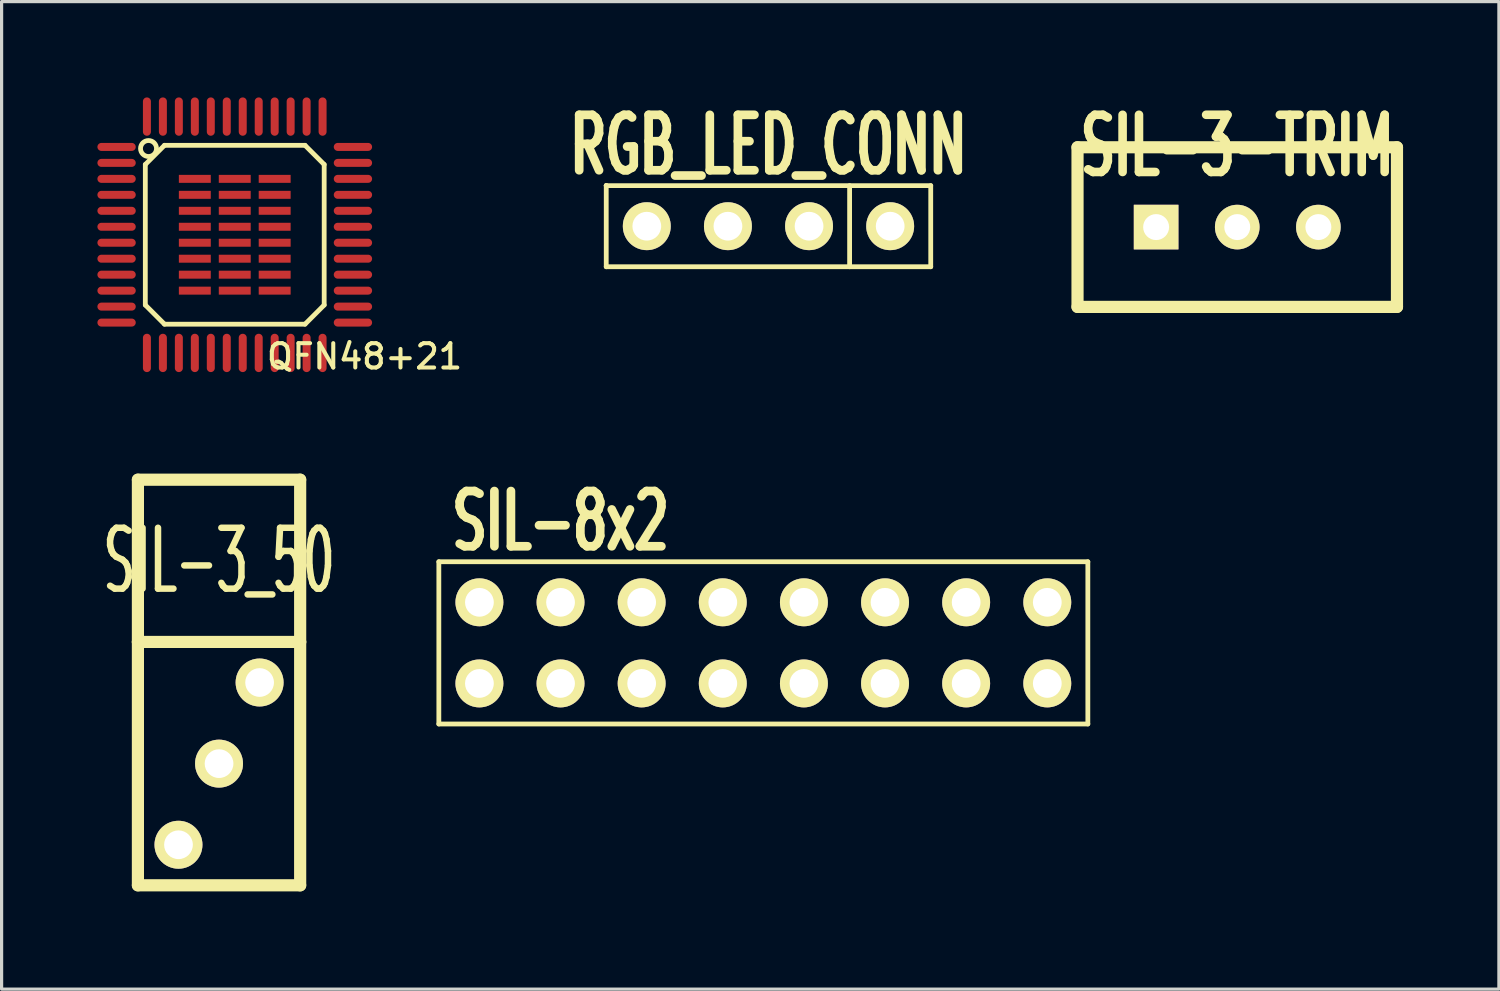
<source format=kicad_pcb>
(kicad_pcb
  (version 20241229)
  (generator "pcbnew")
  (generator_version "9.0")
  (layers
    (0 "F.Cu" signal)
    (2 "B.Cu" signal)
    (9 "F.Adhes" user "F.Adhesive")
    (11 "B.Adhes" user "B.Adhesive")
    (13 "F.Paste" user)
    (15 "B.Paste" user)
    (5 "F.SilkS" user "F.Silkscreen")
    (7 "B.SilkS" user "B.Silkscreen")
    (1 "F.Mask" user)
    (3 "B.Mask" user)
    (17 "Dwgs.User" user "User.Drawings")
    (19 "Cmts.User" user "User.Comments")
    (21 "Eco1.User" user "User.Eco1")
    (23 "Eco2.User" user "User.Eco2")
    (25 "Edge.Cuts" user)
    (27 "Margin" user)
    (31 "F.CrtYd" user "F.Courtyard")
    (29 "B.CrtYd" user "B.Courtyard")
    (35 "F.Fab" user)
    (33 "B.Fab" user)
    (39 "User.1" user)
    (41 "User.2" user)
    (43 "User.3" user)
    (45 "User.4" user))
  (footprint "SIL-3-TRIM"
    (layer "F.Cu")
    (at 35.688 4.06)
    (property "Reference" "SIL-3-TRIM" (at 0 -2.54 0) (layer "F.SilkS") (effects (font (size 1.791 1.077) (thickness 0.269))))
    (attr through_hole)
    (fp_line (start -5.001 -2.499) (end -5.001 2.499) (stroke (width 0.381) (type solid)) (layer "F.SilkS"))
    (fp_line (start -5.001 -2.499) (end 5.001 -2.499) (stroke (width 0.381) (type solid)) (layer "F.SilkS"))
    (fp_line (start -5.001 2.499) (end 5.001 2.499) (stroke (width 0.381) (type solid)) (layer "F.SilkS"))
    (fp_line (start 5.001 -2.499) (end 5.001 2.499) (stroke (width 0.381) (type solid)) (layer "F.SilkS"))
    (pad "1" thru_hole rect (at -2.54 0) (size 1.397 1.397) (drill 0.813) (layers "*.Cu" "*.Mask" "F.SilkS"))
    (pad "2" thru_hole circle (at 0 0) (size 1.397 1.397) (drill 0.813) (layers "*.Cu" "*.Mask" "F.SilkS"))
    (pad "3" thru_hole circle (at 2.54 0) (size 1.397 1.397) (drill 0.813) (layers "*.Cu" "*.Mask" "F.SilkS")))
  (footprint "SIL-8x2"
    (layer "F.Cu")
    (at 20.85 18.348)
    (property "Reference" "SIL-8x2" (at -6.35 -5.08 0) (layer "F.SilkS") (effects (font (size 1.73 1.087) (thickness 0.272))))
    (attr through_hole)
    (fp_line (start -10.16 -3.81) (end -10.16 1.27) (stroke (width 0.15) (type solid)) (layer "F.SilkS"))
    (fp_line (start -10.16 1.27) (end 10.16 1.27) (stroke (width 0.15) (type solid)) (layer "F.SilkS"))
    (fp_line (start 10.16 -3.81) (end -10.16 -3.81) (stroke (width 0.15) (type solid)) (layer "F.SilkS"))
    (fp_line (start 10.16 1.27) (end 10.16 -3.81) (stroke (width 0.15) (type solid)) (layer "F.SilkS"))
    (pad "1" thru_hole circle (at -8.89 0) (size 1.5 1.5) (drill 0.9) (layers "*.Cu" "*.Mask" "F.SilkS"))
    (pad "2" thru_hole circle (at -8.89 -2.54) (size 1.5 1.5) (drill 0.9) (layers "*.Cu" "*.Mask" "F.SilkS"))
    (pad "3" thru_hole circle (at -6.35 0) (size 1.5 1.5) (drill 0.9) (layers "*.Cu" "*.Mask" "F.SilkS"))
    (pad "4" thru_hole circle (at -6.35 -2.54) (size 1.5 1.5) (drill 0.9) (layers "*.Cu" "*.Mask" "F.SilkS"))
    (pad "5" thru_hole circle (at -3.81 0) (size 1.5 1.5) (drill 0.9) (layers "*.Cu" "*.Mask" "F.SilkS"))
    (pad "6" thru_hole circle (at -3.81 -2.54) (size 1.5 1.5) (drill 0.9) (layers "*.Cu" "*.Mask" "F.SilkS"))
    (pad "7" thru_hole circle (at -1.27 0) (size 1.5 1.5) (drill 0.9) (layers "*.Cu" "*.Mask" "F.SilkS"))
    (pad "8" thru_hole circle (at -1.27 -2.54) (size 1.5 1.5) (drill 0.9) (layers "*.Cu" "*.Mask" "F.SilkS"))
    (pad "9" thru_hole circle (at 1.27 0) (size 1.5 1.5) (drill 0.9) (layers "*.Cu" "*.Mask" "F.SilkS"))
    (pad "10" thru_hole circle (at 1.27 -2.54) (size 1.5 1.5) (drill 0.9) (layers "*.Cu" "*.Mask" "F.SilkS"))
    (pad "11" thru_hole circle (at 3.81 0) (size 1.5 1.5) (drill 0.9) (layers "*.Cu" "*.Mask" "F.SilkS"))
    (pad "12" thru_hole circle (at 3.81 -2.54) (size 1.5 1.5) (drill 0.9) (layers "*.Cu" "*.Mask" "F.SilkS"))
    (pad "13" thru_hole circle (at 6.35 0) (size 1.5 1.5) (drill 0.9) (layers "*.Cu" "*.Mask" "F.SilkS"))
    (pad "14" thru_hole circle (at 6.35 -2.54) (size 1.5 1.5) (drill 0.9) (layers "*.Cu" "*.Mask" "F.SilkS"))
    (pad "15" thru_hole circle (at 8.89 0) (size 1.5 1.5) (drill 0.9) (layers "*.Cu" "*.Mask" "F.SilkS"))
    (pad "16" thru_hole circle (at 8.89 -2.54) (size 1.5 1.5) (drill 0.9) (layers "*.Cu" "*.Mask" "F.SilkS")))
  (footprint "SIL-3_50"
    (layer "F.Cu")
    (at 1.268 24.669)
    (property "Reference" "SIL-3_50" (at 2.54 -10.16 0) (layer "F.SilkS") (effects (font (size 1.905 1.016) (thickness 0.203))))
    (attr through_hole)
    (fp_line (start 0 -12.7) (end 0 -7.62) (stroke (width 0.381) (type solid)) (layer "F.SilkS"))
    (fp_line (start 0 -12.7) (end 5.08 -12.7) (stroke (width 0.381) (type solid)) (layer "F.SilkS"))
    (fp_line (start 0 -7.62) (end 0 0) (stroke (width 0.381) (type solid)) (layer "F.SilkS"))
    (fp_line (start 0 -7.62) (end 5.08 -7.62) (stroke (width 0.381) (type solid)) (layer "F.SilkS"))
    (fp_line (start 0 0) (end 5.08 0) (stroke (width 0.381) (type solid)) (layer "F.SilkS"))
    (fp_line (start 5.08 -7.62) (end 5.08 -12.7) (stroke (width 0.381) (type solid)) (layer "F.SilkS"))
    (fp_line (start 5.08 0) (end 5.08 -7.62) (stroke (width 0.381) (type solid)) (layer "F.SilkS"))
    (pad "1" thru_hole circle (at 1.27 -1.27) (size 1.501 1.501) (drill 0.899) (layers "*.Cu" "*.Mask" "F.SilkS"))
    (pad "2" thru_hole circle (at 2.54 -3.81) (size 1.501 1.501) (drill 0.899) (layers "*.Cu" "*.Mask" "F.SilkS"))
    (pad "3" thru_hole circle (at 3.81 -6.35) (size 1.501 1.501) (drill 0.899) (layers "*.Cu" "*.Mask" "F.SilkS")))
  (footprint "QFN48+21"
    (layer "F.Cu")
    (at 4.3 4.3)
    (property "Reference" "QFN48+21" (at 4.064 3.81 0) (layer "F.SilkS") (effects (font (size 0.762 0.762) (thickness 0.127))))
    (attr smd)
    (fp_line (start -2.8 -2.2) (end -2.2 -2.8) (stroke (width 0.15) (type solid)) (layer "F.SilkS"))
    (fp_line (start -2.8 2.2) (end -2.8 -2.2) (stroke (width 0.15) (type solid)) (layer "F.SilkS"))
    (fp_line (start -2.2 -2.8) (end 2.2 -2.8) (stroke (width 0.15) (type solid)) (layer "F.SilkS"))
    (fp_line (start -2.2 2.8) (end -2.8 2.2) (stroke (width 0.15) (type solid)) (layer "F.SilkS"))
    (fp_line (start 2.2 -2.8) (end 2.8 -2.2) (stroke (width 0.15) (type solid)) (layer "F.SilkS"))
    (fp_line (start 2.2 2.8) (end -2.2 2.8) (stroke (width 0.15) (type solid)) (layer "F.SilkS"))
    (fp_line (start 2.8 -2.2) (end 2.8 2.2) (stroke (width 0.15) (type solid)) (layer "F.SilkS"))
    (fp_line (start 2.8 2.2) (end 2.2 2.8) (stroke (width 0.15) (type solid)) (layer "F.SilkS"))
    (fp_circle (center -2.7 -2.7) (end -2.7 -2.45) (stroke (width 0.15) (type solid)) (fill no) (layer "F.SilkS"))
    (pad "1" smd oval (at -3.5 -2.75) (size 1.2 0.25) (drill (offset -0.2 0)) (layers "F.Cu" "F.Mask" "F.Paste"))
    (pad "2" smd oval (at -3.5 -2.25) (size 1.2 0.25) (drill (offset -0.2 0)) (layers "F.Cu" "F.Mask" "F.Paste"))
    (pad "3" smd oval (at -3.5 -1.75) (size 1.2 0.25) (drill (offset -0.2 0)) (layers "F.Cu" "F.Mask" "F.Paste"))
    (pad "4" smd oval (at -3.5 -1.25) (size 1.2 0.25) (drill (offset -0.2 0)) (layers "F.Cu" "F.Mask" "F.Paste"))
    (pad "5" smd oval (at -3.5 -0.75) (size 1.2 0.25) (drill (offset -0.2 0)) (layers "F.Cu" "F.Mask" "F.Paste"))
    (pad "6" smd oval (at -3.5 -0.25) (size 1.2 0.25) (drill (offset -0.2 0)) (layers "F.Cu" "F.Mask" "F.Paste"))
    (pad "7" smd oval (at -3.5 0.25) (size 1.2 0.25) (drill (offset -0.2 0)) (layers "F.Cu" "F.Mask" "F.Paste"))
    (pad "8" smd oval (at -3.5 0.75) (size 1.2 0.25) (drill (offset -0.2 0)) (layers "F.Cu" "F.Mask" "F.Paste"))
    (pad "9" smd oval (at -3.5 1.25) (size 1.2 0.25) (drill (offset -0.2 0)) (layers "F.Cu" "F.Mask" "F.Paste"))
    (pad "10" smd oval (at -3.5 1.75) (size 1.2 0.25) (drill (offset -0.2 0)) (layers "F.Cu" "F.Mask" "F.Paste"))
    (pad "11" smd oval (at -3.5 2.25) (size 1.2 0.25) (drill (offset -0.2 0)) (layers "F.Cu" "F.Mask" "F.Paste"))
    (pad "12" smd oval (at -3.5 2.75) (size 1.2 0.25) (drill (offset -0.2 0)) (layers "F.Cu" "F.Mask" "F.Paste"))
    (pad "13" smd oval (at -2.75 3.5) (size 0.25 1.2) (drill (offset 0 0.2)) (layers "F.Cu" "F.Mask" "F.Paste"))
    (pad "14" smd oval (at -2.25 3.5) (size 0.25 1.2) (drill (offset 0 0.2)) (layers "F.Cu" "F.Mask" "F.Paste"))
    (pad "15" smd oval (at -1.75 3.5) (size 0.25 1.2) (drill (offset 0 0.2)) (layers "F.Cu" "F.Mask" "F.Paste"))
    (pad "16" smd oval (at -1.25 3.5) (size 0.25 1.2) (drill (offset 0 0.2)) (layers "F.Cu" "F.Mask" "F.Paste"))
    (pad "17" smd oval (at -0.75 3.5) (size 0.25 1.2) (drill (offset 0 0.2)) (layers "F.Cu" "F.Mask" "F.Paste"))
    (pad "18" smd oval (at -0.25 3.5) (size 0.25 1.2) (drill (offset 0 0.2)) (layers "F.Cu" "F.Mask" "F.Paste"))
    (pad "19" smd oval (at 0.25 3.5) (size 0.25 1.2) (drill (offset 0 0.2)) (layers "F.Cu" "F.Mask" "F.Paste"))
    (pad "20" smd oval (at 0.75 3.5) (size 0.25 1.2) (drill (offset 0 0.2)) (layers "F.Cu" "F.Mask" "F.Paste"))
    (pad "21" smd oval (at 1.25 3.5) (size 0.25 1.2) (drill (offset 0 0.2)) (layers "F.Cu" "F.Mask" "F.Paste"))
    (pad "22" smd oval (at 1.75 3.5) (size 0.25 1.2) (drill (offset 0 0.2)) (layers "F.Cu" "F.Mask" "F.Paste"))
    (pad "23" smd oval (at 2.25 3.5) (size 0.25 1.2) (drill (offset 0 0.2)) (layers "F.Cu" "F.Mask" "F.Paste"))
    (pad "24" smd oval (at 2.75 3.5) (size 0.25 1.2) (drill (offset 0 0.2)) (layers "F.Cu" "F.Mask" "F.Paste"))
    (pad "25" smd oval (at 3.5 2.75) (size 1.2 0.25) (drill (offset 0.2 0)) (layers "F.Cu" "F.Mask" "F.Paste"))
    (pad "26" smd oval (at 3.5 2.25) (size 1.2 0.25) (drill (offset 0.2 0)) (layers "F.Cu" "F.Mask" "F.Paste"))
    (pad "27" smd oval (at 3.5 1.75) (size 1.2 0.25) (drill (offset 0.2 0)) (layers "F.Cu" "F.Mask" "F.Paste"))
    (pad "28" smd oval (at 3.5 1.25) (size 1.2 0.25) (drill (offset 0.2 0)) (layers "F.Cu" "F.Mask" "F.Paste"))
    (pad "29" smd oval (at 3.5 0.75) (size 1.2 0.25) (drill (offset 0.2 0)) (layers "F.Cu" "F.Mask" "F.Paste"))
    (pad "30" smd oval (at 3.5 0.25) (size 1.2 0.25) (drill (offset 0.2 0)) (layers "F.Cu" "F.Mask" "F.Paste"))
    (pad "31" smd oval (at 3.5 -0.25) (size 1.2 0.25) (drill (offset 0.2 0)) (layers "F.Cu" "F.Mask" "F.Paste"))
    (pad "32" smd oval (at 3.5 -0.75) (size 1.2 0.25) (drill (offset 0.2 0)) (layers "F.Cu" "F.Mask" "F.Paste"))
    (pad "33" smd oval (at 3.5 -1.25) (size 1.2 0.25) (drill (offset 0.2 0)) (layers "F.Cu" "F.Mask" "F.Paste"))
    (pad "34" smd oval (at 3.5 -1.75) (size 1.2 0.25) (drill (offset 0.2 0)) (layers "F.Cu" "F.Mask" "F.Paste"))
    (pad "35" smd oval (at 3.5 -2.25) (size 1.2 0.25) (drill (offset 0.2 0)) (layers "F.Cu" "F.Mask" "F.Paste"))
    (pad "36" smd oval (at 3.5 -2.75) (size 1.2 0.25) (drill (offset 0.2 0)) (layers "F.Cu" "F.Mask" "F.Paste"))
    (pad "37" smd oval (at 2.75 -3.5) (size 0.25 1.2) (drill (offset 0 -0.2)) (layers "F.Cu" "F.Mask" "F.Paste"))
    (pad "38" smd oval (at 2.25 -3.5) (size 0.25 1.2) (drill (offset 0 -0.2)) (layers "F.Cu" "F.Mask" "F.Paste"))
    (pad "39" smd oval (at 1.75 -3.5) (size 0.25 1.2) (drill (offset 0 -0.2)) (layers "F.Cu" "F.Mask" "F.Paste"))
    (pad "40" smd oval (at 1.25 -3.5) (size 0.25 1.2) (drill (offset 0 -0.2)) (layers "F.Cu" "F.Mask" "F.Paste"))
    (pad "41" smd oval (at 0.75 -3.5) (size 0.25 1.2) (drill (offset 0 -0.2)) (layers "F.Cu" "F.Mask" "F.Paste"))
    (pad "42" smd oval (at 0.25 -3.5) (size 0.25 1.2) (drill (offset 0 -0.2)) (layers "F.Cu" "F.Mask" "F.Paste"))
    (pad "43" smd oval (at -0.25 -3.5) (size 0.25 1.2) (drill (offset 0 -0.2)) (layers "F.Cu" "F.Mask" "F.Paste"))
    (pad "44" smd oval (at -0.75 -3.5) (size 0.25 1.2) (drill (offset 0 -0.2)) (layers "F.Cu" "F.Mask" "F.Paste"))
    (pad "45" smd oval (at -1.25 -3.5) (size 0.25 1.2) (drill (offset 0 -0.2)) (layers "F.Cu" "F.Mask" "F.Paste"))
    (pad "46" smd oval (at -1.75 -3.5) (size 0.25 1.2) (drill (offset 0 -0.2)) (layers "F.Cu" "F.Mask" "F.Paste"))
    (pad "47" smd oval (at -2.25 -3.5) (size 0.25 1.2) (drill (offset 0 -0.2)) (layers "F.Cu" "F.Mask" "F.Paste"))
    (pad "48" smd oval (at -2.75 -3.5) (size 0.25 1.2) (drill (offset 0 -0.2)) (layers "F.Cu" "F.Mask" "F.Paste"))
    (pad "48" smd rect (at -1.25 -1.75) (size 1 0.25) (layers "F.Cu" "F.Mask" "F.Paste"))
    (pad "48" smd rect (at -1.25 -1.25) (size 1 0.25) (layers "F.Cu" "F.Mask" "F.Paste"))
    (pad "48" smd rect (at -1.25 -0.75) (size 1 0.25) (layers "F.Cu" "F.Mask" "F.Paste"))
    (pad "48" smd rect (at -1.25 -0.25) (size 1 0.25) (layers "F.Cu" "F.Mask" "F.Paste"))
    (pad "48" smd rect (at -1.25 0.25) (size 1 0.25) (layers "F.Cu" "F.Mask" "F.Paste"))
    (pad "48" smd rect (at -1.25 0.75) (size 1 0.25) (layers "F.Cu" "F.Mask" "F.Paste"))
    (pad "48" smd rect (at -1.25 1.25) (size 1 0.25) (layers "F.Cu" "F.Mask" "F.Paste"))
    (pad "48" smd rect (at -1.25 1.75) (size 1 0.25) (layers "F.Cu" "F.Mask" "F.Paste"))
    (pad "48" smd rect (at 0 -1.75) (size 1 0.25) (layers "F.Cu" "F.Mask" "F.Paste"))
    (pad "48" smd rect (at 0 -1.25) (size 1 0.25) (layers "F.Cu" "F.Mask" "F.Paste"))
    (pad "48" smd rect (at 0 -0.75) (size 1 0.25) (layers "F.Cu" "F.Mask" "F.Paste"))
    (pad "48" smd rect (at 0 -0.25) (size 1 0.25) (layers "F.Cu" "F.Mask" "F.Paste"))
    (pad "48" smd rect (at 0 0.25) (size 1 0.25) (layers "F.Cu" "F.Mask" "F.Paste"))
    (pad "48" smd rect (at 0 0.75) (size 1 0.25) (layers "F.Cu" "F.Mask" "F.Paste"))
    (pad "48" smd rect (at 0 1.25) (size 1 0.25) (layers "F.Cu" "F.Mask" "F.Paste"))
    (pad "48" smd rect (at 0 1.75) (size 1 0.25) (layers "F.Cu" "F.Mask" "F.Paste"))
    (pad "48" smd rect (at 1.25 -1.75) (size 1 0.25) (layers "F.Cu" "F.Mask" "F.Paste"))
    (pad "48" smd rect (at 1.25 -1.25) (size 1 0.25) (layers "F.Cu" "F.Mask" "F.Paste"))
    (pad "48" smd rect (at 1.25 -0.75) (size 1 0.25) (layers "F.Cu" "F.Mask" "F.Paste"))
    (pad "48" smd rect (at 1.25 -0.25) (size 1 0.25) (layers "F.Cu" "F.Mask" "F.Paste"))
    (pad "48" smd rect (at 1.25 0.25) (size 1 0.25) (layers "F.Cu" "F.Mask" "F.Paste"))
    (pad "48" smd rect (at 1.25 0.75) (size 1 0.25) (layers "F.Cu" "F.Mask" "F.Paste"))
    (pad "48" smd rect (at 1.25 1.25) (size 1 0.25) (layers "F.Cu" "F.Mask" "F.Paste"))
    (pad "48" smd rect (at 1.25 1.75) (size 1 0.25) (layers "F.Cu" "F.Mask" "F.Paste")))
  (footprint "RGB_LED_CONN"
    (layer "F.Cu")
    (at 21.011 4.032)
    (property "Reference" "RGB_LED_CONN" (at 0 -2.54 0) (layer "F.SilkS") (effects (font (size 1.735 1.087) (thickness 0.305))))
    (attr through_hole)
    (fp_line (start -5.08 -1.27) (end -5.08 -1.27) (stroke (width 0.15) (type solid)) (layer "F.SilkS"))
    (fp_line (start -5.08 -1.27) (end -5.08 -1.27) (stroke (width 0.15) (type solid)) (layer "F.SilkS"))
    (fp_line (start -5.08 -1.27) (end 5.08 -1.27) (stroke (width 0.15) (type solid)) (layer "F.SilkS"))
    (fp_line (start -5.08 1.27) (end -5.08 -1.27) (stroke (width 0.15) (type solid)) (layer "F.SilkS"))
    (fp_line (start 2.54 1.27) (end 2.54 -1.27) (stroke (width 0.15) (type solid)) (layer "F.SilkS"))
    (fp_line (start 5.08 -1.27) (end 5.08 1.27) (stroke (width 0.15) (type solid)) (layer "F.SilkS"))
    (fp_line (start 5.08 1.27) (end -5.08 1.27) (stroke (width 0.15) (type solid)) (layer "F.SilkS"))
    (pad "1" thru_hole circle (at -3.81 0) (size 1.5 1.5) (drill 0.9) (layers "*.Cu" "*.Mask" "F.SilkS"))
    (pad "2" thru_hole circle (at -1.27 0) (size 1.5 1.5) (drill 0.9) (layers "*.Cu" "*.Mask" "F.SilkS"))
    (pad "3" thru_hole circle (at 1.27 0) (size 1.5 1.5) (drill 0.9) (layers "*.Cu" "*.Mask" "F.SilkS"))
    (pad "4" thru_hole circle (at 3.81 0) (size 1.5 1.5) (drill 0.9) (layers "*.Cu" "*.Mask" "F.SilkS")))
  (gr_rect
    (start -3 -3)
    (end 43.88 27.919)
    (stroke (width 0.1) (type default))
    (fill no)
    (layer "Edge.Cuts")))
</source>
